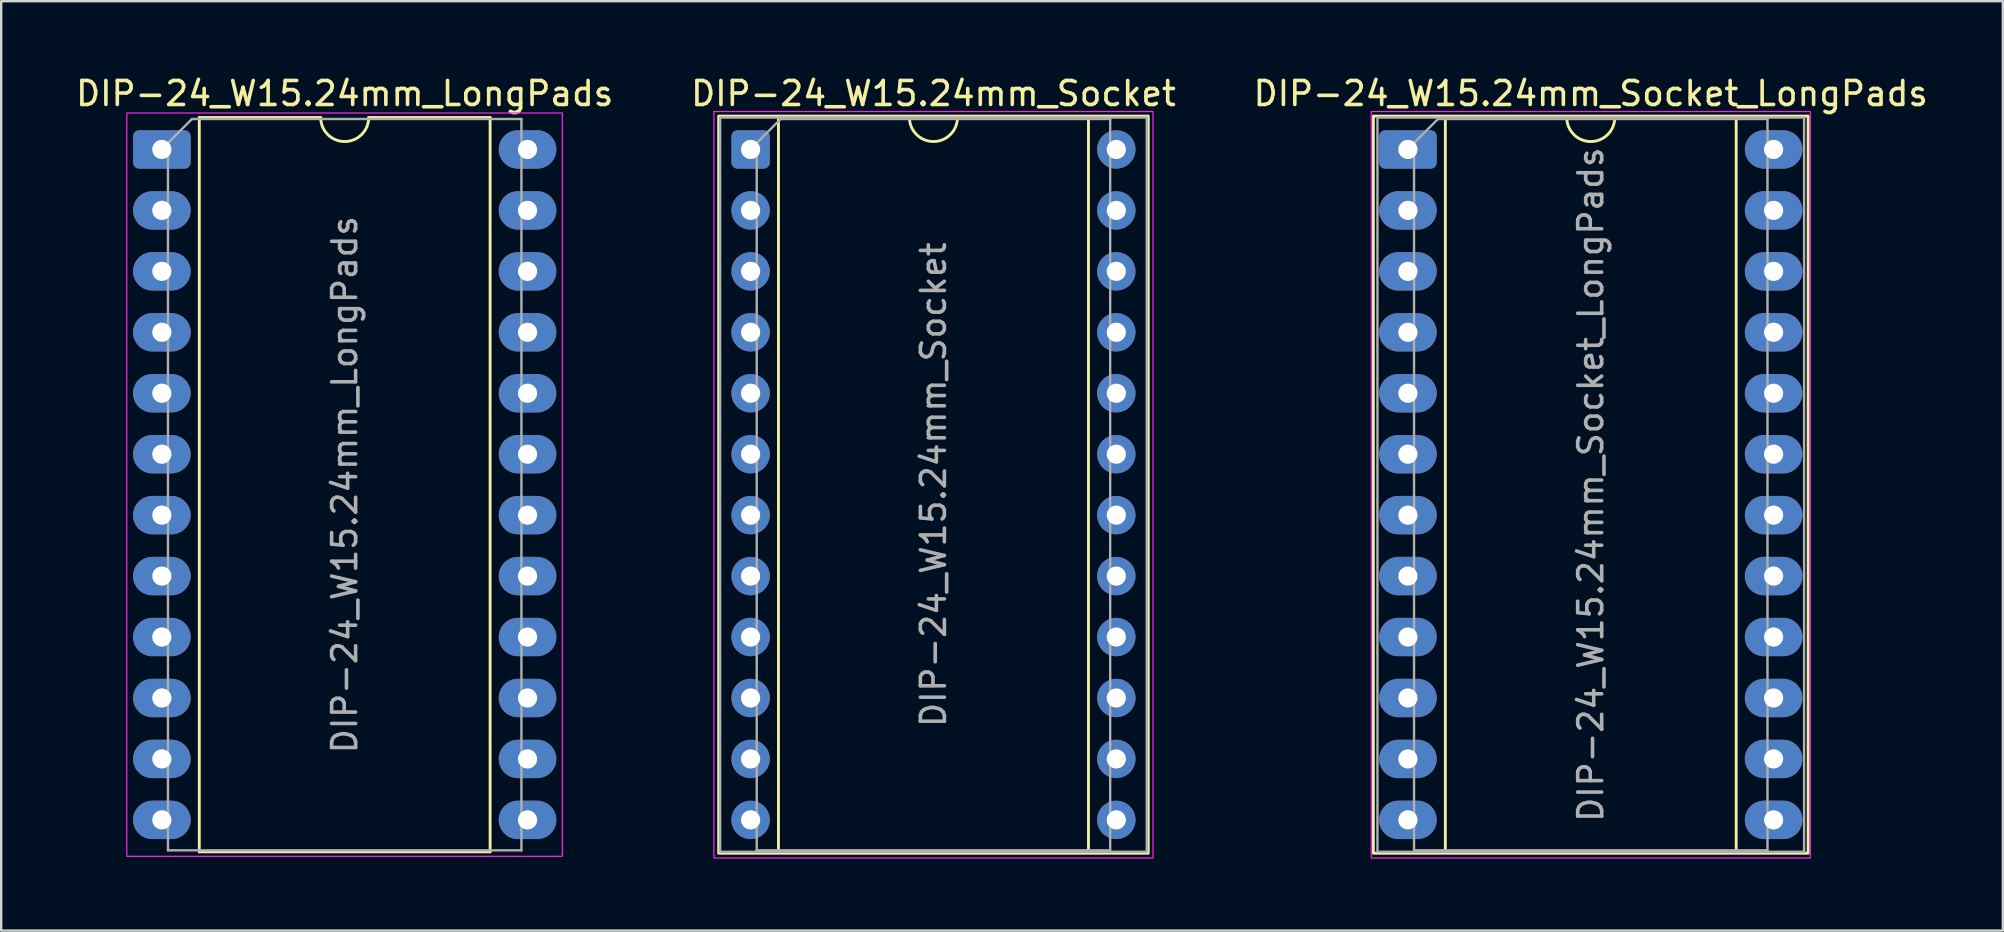
<source format=kicad_pcb>
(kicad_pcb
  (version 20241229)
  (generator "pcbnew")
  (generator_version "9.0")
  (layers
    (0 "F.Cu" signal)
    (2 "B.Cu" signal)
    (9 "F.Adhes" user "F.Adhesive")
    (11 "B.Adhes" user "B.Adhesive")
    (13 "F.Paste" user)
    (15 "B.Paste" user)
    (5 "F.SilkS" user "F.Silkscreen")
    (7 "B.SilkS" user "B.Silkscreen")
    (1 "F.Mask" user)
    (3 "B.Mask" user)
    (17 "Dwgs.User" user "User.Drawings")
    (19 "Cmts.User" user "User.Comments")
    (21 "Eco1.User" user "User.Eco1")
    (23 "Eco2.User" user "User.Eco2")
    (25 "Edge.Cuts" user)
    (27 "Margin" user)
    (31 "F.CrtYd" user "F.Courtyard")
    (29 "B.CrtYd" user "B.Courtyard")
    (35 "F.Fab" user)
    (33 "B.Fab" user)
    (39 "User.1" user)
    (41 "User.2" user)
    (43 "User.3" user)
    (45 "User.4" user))
  (footprint "DIP-24_W15.24mm_LongPads"
    (layer "F.Cu")
    (at 3.695 3.178)
    (property "Reference" "DIP-24_W15.24mm_LongPads" (at 7.62 -2.33 0) (layer "F.SilkS") (effects (font (size 1 1) (thickness 0.15))))
    (attr through_hole)
    (fp_line (start 1.56 -1.33) (end 1.56 29.27) (stroke (width 0.12) (type solid)) (layer "F.SilkS"))
    (fp_line (start 1.56 29.27) (end 13.68 29.27) (stroke (width 0.12) (type solid)) (layer "F.SilkS"))
    (fp_line (start 6.62 -1.33) (end 1.56 -1.33) (stroke (width 0.12) (type solid)) (layer "F.SilkS"))
    (fp_line (start 13.68 -1.33) (end 8.62 -1.33) (stroke (width 0.12) (type solid)) (layer "F.SilkS"))
    (fp_line (start 13.68 29.27) (end 13.68 -1.33) (stroke (width 0.12) (type solid)) (layer "F.SilkS"))
    (fp_arc (start 8.62 -1.33) (mid 7.62 -0.33) (end 6.62 -1.33) (stroke (width 0.12) (type solid)) (layer "F.SilkS"))
    (fp_rect (start -1.46 -1.52) (end 16.69 29.46) (stroke (width 0.05) (type solid)) (fill no) (layer "F.CrtYd"))
    (fp_line (start 0.255 -0.27) (end 1.255 -1.27) (stroke (width 0.1) (type solid)) (layer "F.Fab"))
    (fp_line (start 0.255 29.21) (end 0.255 -0.27) (stroke (width 0.1) (type solid)) (layer "F.Fab"))
    (fp_line (start 1.255 -1.27) (end 14.985 -1.27) (stroke (width 0.1) (type solid)) (layer "F.Fab"))
    (fp_line (start 14.985 -1.27) (end 14.985 29.21) (stroke (width 0.1) (type solid)) (layer "F.Fab"))
    (fp_line (start 14.985 29.21) (end 0.255 29.21) (stroke (width 0.1) (type solid)) (layer "F.Fab"))
    (fp_text user "${REFERENCE}" (at 7.62 13.97 90) (layer "F.Fab") (effects (font (size 1 1) (thickness 0.15))))
    (pad "1" thru_hole roundrect (at 0 0) (size 2.4 1.6) (drill 0.8) (layers "*.Cu" "*.Mask") (roundrect_rratio 0.156))
    (pad "2" thru_hole oval (at 0 2.54) (size 2.4 1.6) (drill 0.8) (layers "*.Cu" "*.Mask"))
    (pad "3" thru_hole oval (at 0 5.08) (size 2.4 1.6) (drill 0.8) (layers "*.Cu" "*.Mask"))
    (pad "4" thru_hole oval (at 0 7.62) (size 2.4 1.6) (drill 0.8) (layers "*.Cu" "*.Mask"))
    (pad "5" thru_hole oval (at 0 10.16) (size 2.4 1.6) (drill 0.8) (layers "*.Cu" "*.Mask"))
    (pad "6" thru_hole oval (at 0 12.7) (size 2.4 1.6) (drill 0.8) (layers "*.Cu" "*.Mask"))
    (pad "7" thru_hole oval (at 0 15.24) (size 2.4 1.6) (drill 0.8) (layers "*.Cu" "*.Mask"))
    (pad "8" thru_hole oval (at 0 17.78) (size 2.4 1.6) (drill 0.8) (layers "*.Cu" "*.Mask"))
    (pad "9" thru_hole oval (at 0 20.32) (size 2.4 1.6) (drill 0.8) (layers "*.Cu" "*.Mask"))
    (pad "10" thru_hole oval (at 0 22.86) (size 2.4 1.6) (drill 0.8) (layers "*.Cu" "*.Mask"))
    (pad "11" thru_hole oval (at 0 25.4) (size 2.4 1.6) (drill 0.8) (layers "*.Cu" "*.Mask"))
    (pad "12" thru_hole oval (at 0 27.94) (size 2.4 1.6) (drill 0.8) (layers "*.Cu" "*.Mask"))
    (pad "13" thru_hole oval (at 15.24 27.94) (size 2.4 1.6) (drill 0.8) (layers "*.Cu" "*.Mask"))
    (pad "14" thru_hole oval (at 15.24 25.4) (size 2.4 1.6) (drill 0.8) (layers "*.Cu" "*.Mask"))
    (pad "15" thru_hole oval (at 15.24 22.86) (size 2.4 1.6) (drill 0.8) (layers "*.Cu" "*.Mask"))
    (pad "16" thru_hole oval (at 15.24 20.32) (size 2.4 1.6) (drill 0.8) (layers "*.Cu" "*.Mask"))
    (pad "17" thru_hole oval (at 15.24 17.78) (size 2.4 1.6) (drill 0.8) (layers "*.Cu" "*.Mask"))
    (pad "18" thru_hole oval (at 15.24 15.24) (size 2.4 1.6) (drill 0.8) (layers "*.Cu" "*.Mask"))
    (pad "19" thru_hole oval (at 15.24 12.7) (size 2.4 1.6) (drill 0.8) (layers "*.Cu" "*.Mask"))
    (pad "20" thru_hole oval (at 15.24 10.16) (size 2.4 1.6) (drill 0.8) (layers "*.Cu" "*.Mask"))
    (pad "21" thru_hole oval (at 15.24 7.62) (size 2.4 1.6) (drill 0.8) (layers "*.Cu" "*.Mask"))
    (pad "22" thru_hole oval (at 15.24 5.08) (size 2.4 1.6) (drill 0.8) (layers "*.Cu" "*.Mask"))
    (pad "23" thru_hole oval (at 15.24 2.54) (size 2.4 1.6) (drill 0.8) (layers "*.Cu" "*.Mask"))
    (pad "24" thru_hole oval (at 15.24 0) (size 2.4 1.6) (drill 0.8) (layers "*.Cu" "*.Mask")))
  (footprint "DIP-24_W15.24mm_Socket_LongPads"
    (layer "F.Cu")
    (at 55.624 3.178)
    (property "Reference" "DIP-24_W15.24mm_Socket_LongPads" (at 7.62 -2.33 0) (layer "F.SilkS") (effects (font (size 1 1) (thickness 0.15))))
    (attr through_hole)
    (fp_line (start 1.56 -1.33) (end 1.56 29.27) (stroke (width 0.12) (type solid)) (layer "F.SilkS"))
    (fp_line (start 1.56 29.27) (end 13.68 29.27) (stroke (width 0.12) (type solid)) (layer "F.SilkS"))
    (fp_line (start 6.62 -1.33) (end 1.56 -1.33) (stroke (width 0.12) (type solid)) (layer "F.SilkS"))
    (fp_line (start 13.68 -1.33) (end 8.62 -1.33) (stroke (width 0.12) (type solid)) (layer "F.SilkS"))
    (fp_line (start 13.68 29.27) (end 13.68 -1.33) (stroke (width 0.12) (type solid)) (layer "F.SilkS"))
    (fp_rect (start -1.44 -1.39) (end 16.68 29.33) (stroke (width 0.12) (type solid)) (fill no) (layer "F.SilkS"))
    (fp_arc (start 8.62 -1.33) (mid 7.62 -0.33) (end 6.62 -1.33) (stroke (width 0.12) (type solid)) (layer "F.SilkS"))
    (fp_rect (start -1.53 -1.58) (end 16.77 29.53) (stroke (width 0.05) (type solid)) (fill no) (layer "F.CrtYd"))
    (fp_line (start 0.255 -0.27) (end 1.255 -1.27) (stroke (width 0.1) (type solid)) (layer "F.Fab"))
    (fp_line (start 0.255 29.21) (end 0.255 -0.27) (stroke (width 0.1) (type solid)) (layer "F.Fab"))
    (fp_line (start 1.255 -1.27) (end 14.985 -1.27) (stroke (width 0.1) (type solid)) (layer "F.Fab"))
    (fp_line (start 14.985 -1.27) (end 14.985 29.21) (stroke (width 0.1) (type solid)) (layer "F.Fab"))
    (fp_line (start 14.985 29.21) (end 0.255 29.21) (stroke (width 0.1) (type solid)) (layer "F.Fab"))
    (fp_rect (start -1.27 -1.33) (end 16.51 29.27) (stroke (width 0.1) (type solid)) (fill no) (layer "F.Fab"))
    (fp_text user "${REFERENCE}" (at 7.62 13.97 90) (layer "F.Fab") (effects (font (size 1 1) (thickness 0.15))))
    (pad "1" thru_hole roundrect (at 0 0) (size 2.4 1.6) (drill 0.8) (layers "*.Cu" "*.Mask") (roundrect_rratio 0.156))
    (pad "2" thru_hole oval (at 0 2.54) (size 2.4 1.6) (drill 0.8) (layers "*.Cu" "*.Mask"))
    (pad "3" thru_hole oval (at 0 5.08) (size 2.4 1.6) (drill 0.8) (layers "*.Cu" "*.Mask"))
    (pad "4" thru_hole oval (at 0 7.62) (size 2.4 1.6) (drill 0.8) (layers "*.Cu" "*.Mask"))
    (pad "5" thru_hole oval (at 0 10.16) (size 2.4 1.6) (drill 0.8) (layers "*.Cu" "*.Mask"))
    (pad "6" thru_hole oval (at 0 12.7) (size 2.4 1.6) (drill 0.8) (layers "*.Cu" "*.Mask"))
    (pad "7" thru_hole oval (at 0 15.24) (size 2.4 1.6) (drill 0.8) (layers "*.Cu" "*.Mask"))
    (pad "8" thru_hole oval (at 0 17.78) (size 2.4 1.6) (drill 0.8) (layers "*.Cu" "*.Mask"))
    (pad "9" thru_hole oval (at 0 20.32) (size 2.4 1.6) (drill 0.8) (layers "*.Cu" "*.Mask"))
    (pad "10" thru_hole oval (at 0 22.86) (size 2.4 1.6) (drill 0.8) (layers "*.Cu" "*.Mask"))
    (pad "11" thru_hole oval (at 0 25.4) (size 2.4 1.6) (drill 0.8) (layers "*.Cu" "*.Mask"))
    (pad "12" thru_hole oval (at 0 27.94) (size 2.4 1.6) (drill 0.8) (layers "*.Cu" "*.Mask"))
    (pad "13" thru_hole oval (at 15.24 27.94) (size 2.4 1.6) (drill 0.8) (layers "*.Cu" "*.Mask"))
    (pad "14" thru_hole oval (at 15.24 25.4) (size 2.4 1.6) (drill 0.8) (layers "*.Cu" "*.Mask"))
    (pad "15" thru_hole oval (at 15.24 22.86) (size 2.4 1.6) (drill 0.8) (layers "*.Cu" "*.Mask"))
    (pad "16" thru_hole oval (at 15.24 20.32) (size 2.4 1.6) (drill 0.8) (layers "*.Cu" "*.Mask"))
    (pad "17" thru_hole oval (at 15.24 17.78) (size 2.4 1.6) (drill 0.8) (layers "*.Cu" "*.Mask"))
    (pad "18" thru_hole oval (at 15.24 15.24) (size 2.4 1.6) (drill 0.8) (layers "*.Cu" "*.Mask"))
    (pad "19" thru_hole oval (at 15.24 12.7) (size 2.4 1.6) (drill 0.8) (layers "*.Cu" "*.Mask"))
    (pad "20" thru_hole oval (at 15.24 10.16) (size 2.4 1.6) (drill 0.8) (layers "*.Cu" "*.Mask"))
    (pad "21" thru_hole oval (at 15.24 7.62) (size 2.4 1.6) (drill 0.8) (layers "*.Cu" "*.Mask"))
    (pad "22" thru_hole oval (at 15.24 5.08) (size 2.4 1.6) (drill 0.8) (layers "*.Cu" "*.Mask"))
    (pad "23" thru_hole oval (at 15.24 2.54) (size 2.4 1.6) (drill 0.8) (layers "*.Cu" "*.Mask"))
    (pad "24" thru_hole oval (at 15.24 0) (size 2.4 1.6) (drill 0.8) (layers "*.Cu" "*.Mask")))
  (footprint "DIP-24_W15.24mm_Socket"
    (layer "F.Cu")
    (at 28.231 3.178)
    (property "Reference" "DIP-24_W15.24mm_Socket" (at 7.62 -2.33 0) (layer "F.SilkS") (effects (font (size 1 1) (thickness 0.15))))
    (attr through_hole)
    (fp_line (start 1.16 -1.33) (end 1.16 29.27) (stroke (width 0.12) (type solid)) (layer "F.SilkS"))
    (fp_line (start 1.16 29.27) (end 14.08 29.27) (stroke (width 0.12) (type solid)) (layer "F.SilkS"))
    (fp_line (start 6.62 -1.33) (end 1.16 -1.33) (stroke (width 0.12) (type solid)) (layer "F.SilkS"))
    (fp_line (start 14.08 -1.33) (end 8.62 -1.33) (stroke (width 0.12) (type solid)) (layer "F.SilkS"))
    (fp_line (start 14.08 29.27) (end 14.08 -1.33) (stroke (width 0.12) (type solid)) (layer "F.SilkS"))
    (fp_rect (start -1.33 -1.39) (end 16.57 29.33) (stroke (width 0.12) (type solid)) (fill no) (layer "F.SilkS"))
    (fp_arc (start 8.62 -1.33) (mid 7.62 -0.33) (end 6.62 -1.33) (stroke (width 0.12) (type solid)) (layer "F.SilkS"))
    (fp_rect (start -1.53 -1.58) (end 16.77 29.53) (stroke (width 0.05) (type solid)) (fill no) (layer "F.CrtYd"))
    (fp_line (start 0.255 -0.27) (end 1.255 -1.27) (stroke (width 0.1) (type solid)) (layer "F.Fab"))
    (fp_line (start 0.255 29.21) (end 0.255 -0.27) (stroke (width 0.1) (type solid)) (layer "F.Fab"))
    (fp_line (start 1.255 -1.27) (end 14.985 -1.27) (stroke (width 0.1) (type solid)) (layer "F.Fab"))
    (fp_line (start 14.985 -1.27) (end 14.985 29.21) (stroke (width 0.1) (type solid)) (layer "F.Fab"))
    (fp_line (start 14.985 29.21) (end 0.255 29.21) (stroke (width 0.1) (type solid)) (layer "F.Fab"))
    (fp_rect (start -1.27 -1.33) (end 16.51 29.27) (stroke (width 0.1) (type solid)) (fill no) (layer "F.Fab"))
    (fp_text user "${REFERENCE}" (at 7.62 13.97 90) (layer "F.Fab") (effects (font (size 1 1) (thickness 0.15))))
    (pad "1" thru_hole roundrect (at 0 0) (size 1.6 1.6) (drill 0.8) (layers "*.Cu" "*.Mask") (roundrect_rratio 0.156))
    (pad "2" thru_hole circle (at 0 2.54) (size 1.6 1.6) (drill 0.8) (layers "*.Cu" "*.Mask"))
    (pad "3" thru_hole circle (at 0 5.08) (size 1.6 1.6) (drill 0.8) (layers "*.Cu" "*.Mask"))
    (pad "4" thru_hole circle (at 0 7.62) (size 1.6 1.6) (drill 0.8) (layers "*.Cu" "*.Mask"))
    (pad "5" thru_hole circle (at 0 10.16) (size 1.6 1.6) (drill 0.8) (layers "*.Cu" "*.Mask"))
    (pad "6" thru_hole circle (at 0 12.7) (size 1.6 1.6) (drill 0.8) (layers "*.Cu" "*.Mask"))
    (pad "7" thru_hole circle (at 0 15.24) (size 1.6 1.6) (drill 0.8) (layers "*.Cu" "*.Mask"))
    (pad "8" thru_hole circle (at 0 17.78) (size 1.6 1.6) (drill 0.8) (layers "*.Cu" "*.Mask"))
    (pad "9" thru_hole circle (at 0 20.32) (size 1.6 1.6) (drill 0.8) (layers "*.Cu" "*.Mask"))
    (pad "10" thru_hole circle (at 0 22.86) (size 1.6 1.6) (drill 0.8) (layers "*.Cu" "*.Mask"))
    (pad "11" thru_hole circle (at 0 25.4) (size 1.6 1.6) (drill 0.8) (layers "*.Cu" "*.Mask"))
    (pad "12" thru_hole circle (at 0 27.94) (size 1.6 1.6) (drill 0.8) (layers "*.Cu" "*.Mask"))
    (pad "13" thru_hole circle (at 15.24 27.94) (size 1.6 1.6) (drill 0.8) (layers "*.Cu" "*.Mask"))
    (pad "14" thru_hole circle (at 15.24 25.4) (size 1.6 1.6) (drill 0.8) (layers "*.Cu" "*.Mask"))
    (pad "15" thru_hole circle (at 15.24 22.86) (size 1.6 1.6) (drill 0.8) (layers "*.Cu" "*.Mask"))
    (pad "16" thru_hole circle (at 15.24 20.32) (size 1.6 1.6) (drill 0.8) (layers "*.Cu" "*.Mask"))
    (pad "17" thru_hole circle (at 15.24 17.78) (size 1.6 1.6) (drill 0.8) (layers "*.Cu" "*.Mask"))
    (pad "18" thru_hole circle (at 15.24 15.24) (size 1.6 1.6) (drill 0.8) (layers "*.Cu" "*.Mask"))
    (pad "19" thru_hole circle (at 15.24 12.7) (size 1.6 1.6) (drill 0.8) (layers "*.Cu" "*.Mask"))
    (pad "20" thru_hole circle (at 15.24 10.16) (size 1.6 1.6) (drill 0.8) (layers "*.Cu" "*.Mask"))
    (pad "21" thru_hole circle (at 15.24 7.62) (size 1.6 1.6) (drill 0.8) (layers "*.Cu" "*.Mask"))
    (pad "22" thru_hole circle (at 15.24 5.08) (size 1.6 1.6) (drill 0.8) (layers "*.Cu" "*.Mask"))
    (pad "23" thru_hole circle (at 15.24 2.54) (size 1.6 1.6) (drill 0.8) (layers "*.Cu" "*.Mask"))
    (pad "24" thru_hole circle (at 15.24 0) (size 1.6 1.6) (drill 0.8) (layers "*.Cu" "*.Mask")))
  (gr_rect
    (start -3 -3)
    (end 80.417 35.733)
    (stroke (width 0.1) (type default))
    (fill no)
    (layer "Edge.Cuts")))
</source>
